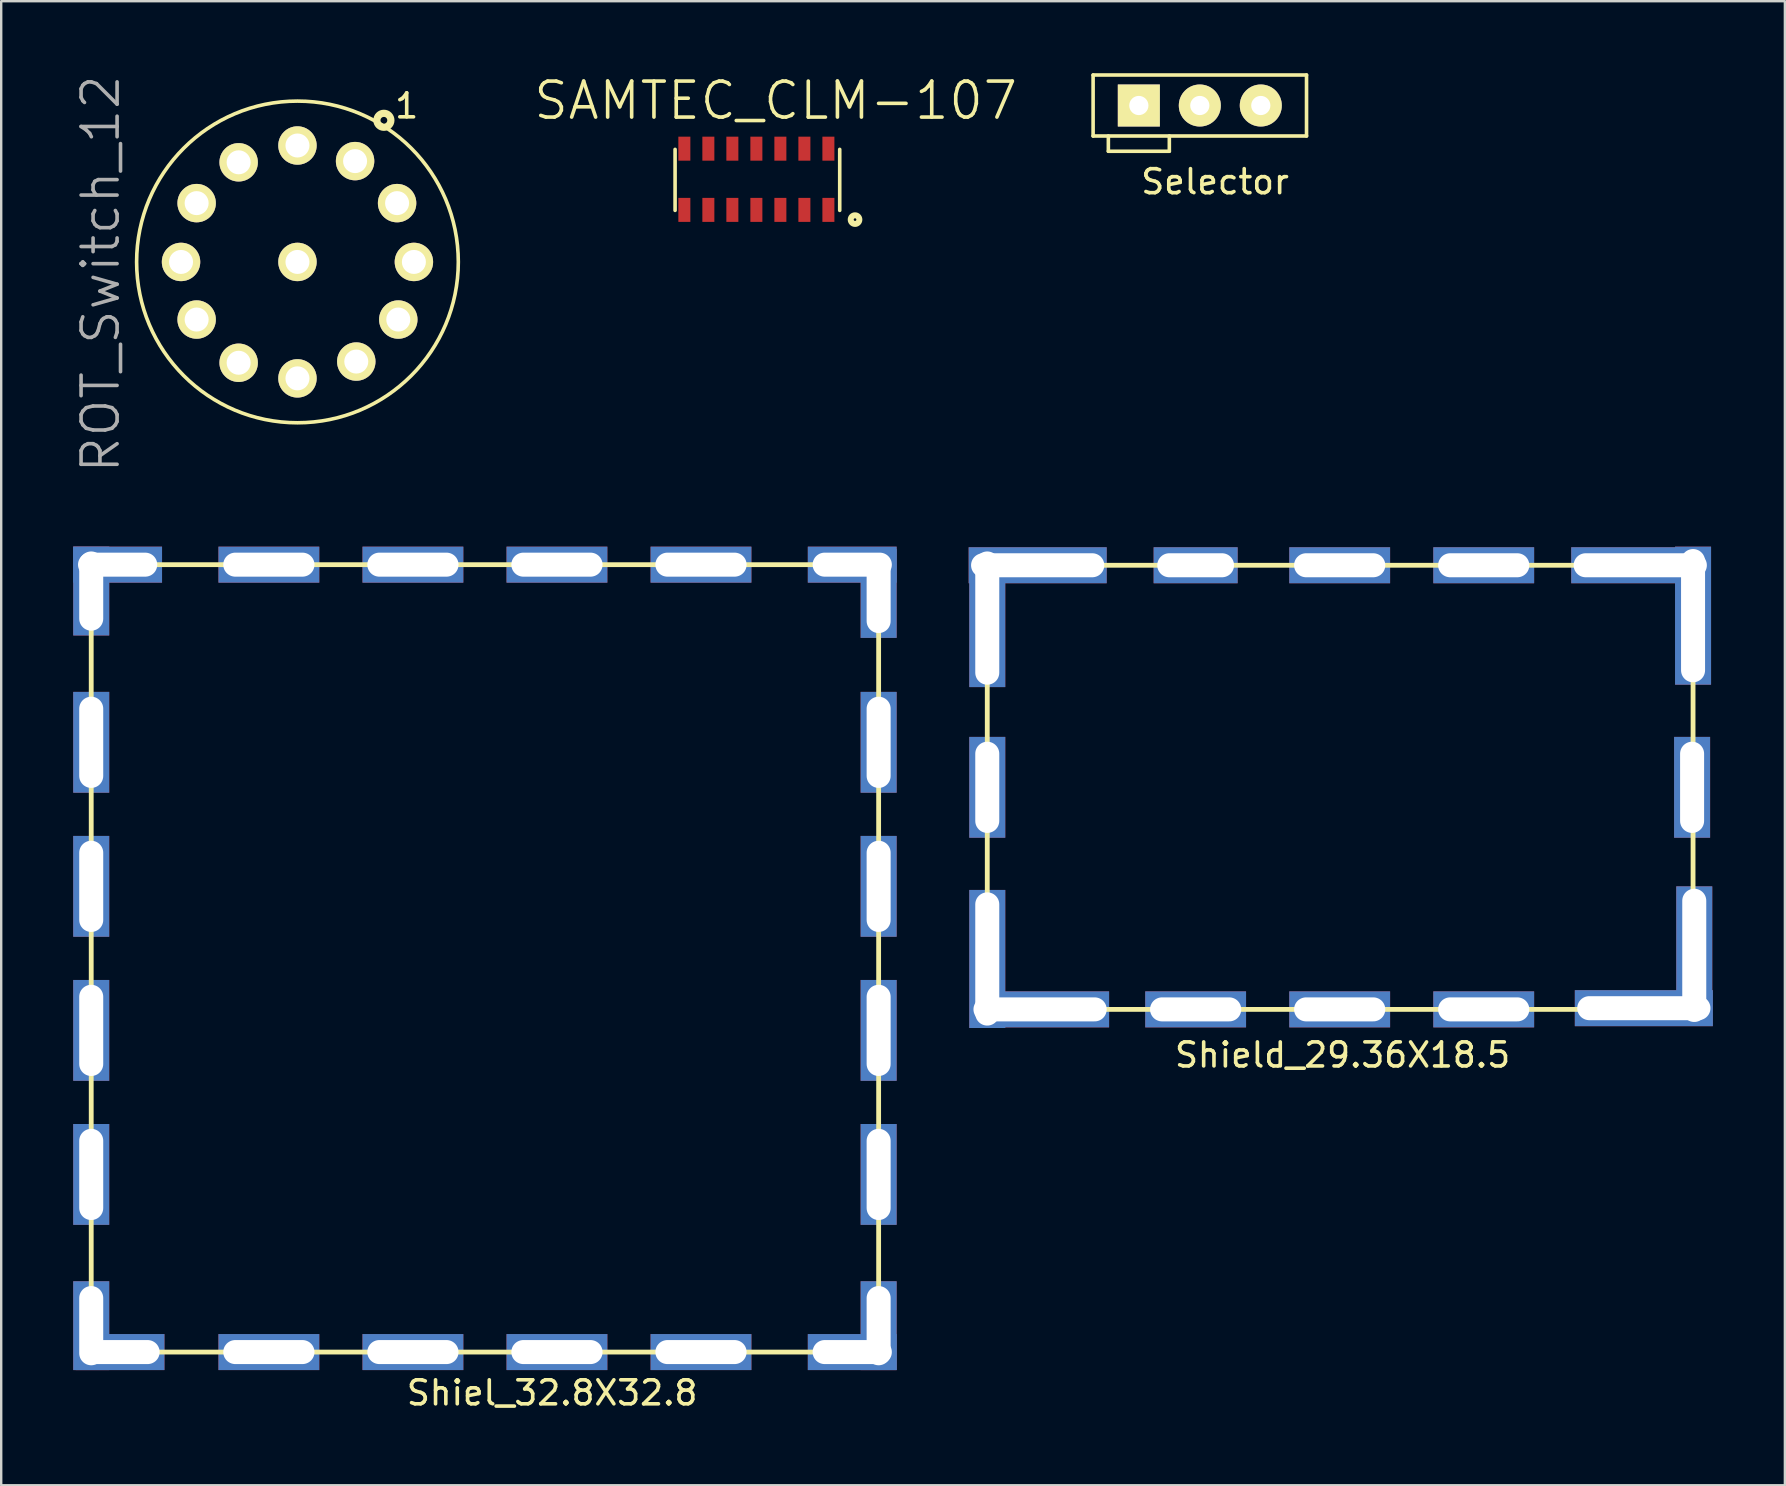
<source format=kicad_pcb>
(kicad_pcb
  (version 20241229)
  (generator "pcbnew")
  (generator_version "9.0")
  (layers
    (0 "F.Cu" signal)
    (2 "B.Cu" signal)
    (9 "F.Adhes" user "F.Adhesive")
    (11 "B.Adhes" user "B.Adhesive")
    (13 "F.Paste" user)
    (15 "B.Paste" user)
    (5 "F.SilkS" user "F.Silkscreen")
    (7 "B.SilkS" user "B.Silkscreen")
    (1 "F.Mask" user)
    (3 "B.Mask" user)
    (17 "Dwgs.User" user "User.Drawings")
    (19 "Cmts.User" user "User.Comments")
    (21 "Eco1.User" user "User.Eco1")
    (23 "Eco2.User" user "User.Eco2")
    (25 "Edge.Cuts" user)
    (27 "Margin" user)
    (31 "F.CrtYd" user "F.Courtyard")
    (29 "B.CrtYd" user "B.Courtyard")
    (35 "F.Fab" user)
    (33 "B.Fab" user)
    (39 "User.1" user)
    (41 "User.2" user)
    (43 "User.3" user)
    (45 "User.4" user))
  (footprint "Shiel_32.8X32.8"
    (layer "F.Cu")
    (at 17.15 37.071)
    (property "Reference" "Shiel_32.8X32.8" (at 2.8 17.9 0) (layer "F.SilkS") (effects (font (size 1 1) (thickness 0.15))))
    (attr through_hole)
    (fp_line (start -16.4 -16.6) (end -16.4 16.2) (stroke (width 0.2) (type solid)) (layer "F.SilkS"))
    (fp_line (start -16.4 -16.6) (end 16.4 -16.6) (stroke (width 0.2) (type solid)) (layer "F.SilkS"))
    (fp_line (start -16.4 16.2) (end 16.4 16.2) (stroke (width 0.2) (type solid)) (layer "F.SilkS"))
    (fp_line (start 16.4 16.2) (end 16.4 -16.6) (stroke (width 0.2) (type solid)) (layer "F.SilkS"))
    (pad "1" thru_hole rect (at -16.4 -15.5 90) (size 3.7 1.5) (drill oval 3.3 1) (layers "*.Cu" "*.Mask"))
    (pad "1" thru_hole rect (at -16.4 -9.2 90) (size 4.2 1.5) (drill oval 3.8 1) (layers "*.Cu" "*.Mask"))
    (pad "1" thru_hole rect (at -16.4 -3.2 90) (size 4.2 1.5) (drill oval 3.8 1) (layers "*.Cu" "*.Mask"))
    (pad "1" thru_hole rect (at -16.4 2.8 90) (size 4.2 1.5) (drill oval 3.8 1) (layers "*.Cu" "*.Mask"))
    (pad "1" thru_hole rect (at -16.4 8.8 90) (size 4.2 1.5) (drill oval 3.8 1) (layers "*.Cu" "*.Mask"))
    (pad "1" thru_hole rect (at -16.4 15.1 90) (size 3.7 1.5) (drill oval 3.3 1) (layers "*.Cu" "*.Mask"))
    (pad "1" thru_hole rect (at -15.3 -16.6) (size 3.7 1.5) (drill oval 3.3 1) (layers "*.Cu" "*.Mask"))
    (pad "1" thru_hole rect (at -15.2 16.2) (size 3.7 1.5) (drill oval 3.3 1) (layers "*.Cu" "*.Mask"))
    (pad "1" thru_hole rect (at -9 -16.6) (size 4.2 1.5) (drill oval 3.8 1) (layers "*.Cu" "*.Mask"))
    (pad "1" thru_hole rect (at -9 16.2) (size 4.2 1.5) (drill oval 3.8 1) (layers "*.Cu" "*.Mask"))
    (pad "1" thru_hole rect (at -3 -16.6) (size 4.2 1.5) (drill oval 3.8 1) (layers "*.Cu" "*.Mask"))
    (pad "1" thru_hole rect (at -3 16.2) (size 4.2 1.5) (drill oval 3.8 1) (layers "*.Cu" "*.Mask"))
    (pad "1" thru_hole rect (at 3 -16.6) (size 4.2 1.5) (drill oval 3.8 1) (layers "*.Cu" "*.Mask"))
    (pad "1" thru_hole rect (at 3 16.2) (size 4.2 1.5) (drill oval 3.8 1) (layers "*.Cu" "*.Mask"))
    (pad "1" thru_hole rect (at 9 -16.6) (size 4.2 1.5) (drill oval 3.8 1) (layers "*.Cu" "*.Mask"))
    (pad "1" thru_hole rect (at 9 16.2) (size 4.2 1.5) (drill oval 3.8 1) (layers "*.Cu" "*.Mask"))
    (pad "1" thru_hole rect (at 15.3 -16.6) (size 3.7 1.5) (drill oval 3.3 1) (layers "*.Cu" "*.Mask"))
    (pad "1" thru_hole rect (at 15.3 16.2) (size 3.7 1.5) (drill oval 3.3 1) (layers "*.Cu" "*.Mask"))
    (pad "1" thru_hole rect (at 16.4 -15.4 90) (size 3.7 1.5) (drill oval 3.3 1) (layers "*.Cu" "*.Mask"))
    (pad "1" thru_hole rect (at 16.4 -9.2 90) (size 4.2 1.5) (drill oval 3.8 1) (layers "*.Cu" "*.Mask"))
    (pad "1" thru_hole rect (at 16.4 -3.2 90) (size 4.2 1.5) (drill oval 3.8 1) (layers "*.Cu" "*.Mask"))
    (pad "1" thru_hole rect (at 16.4 2.8 90) (size 4.2 1.5) (drill oval 3.8 1) (layers "*.Cu" "*.Mask"))
    (pad "1" thru_hole rect (at 16.4 8.8 90) (size 4.2 1.5) (drill oval 3.8 1) (layers "*.Cu" "*.Mask"))
    (pad "1" thru_hole rect (at 16.4 15.1 90) (size 3.7 1.5) (drill oval 3.3 1) (layers "*.Cu" "*.Mask")))
  (footprint "Shield_29.36X18.5"
    (layer "F.Cu")
    (at 52.775 30.096)
    (property "Reference" "Shield_29.36X18.5" (at 0.1 10.8 0) (layer "F.SilkS") (effects (font (size 1 1) (thickness 0.15))))
    (attr through_hole)
    (fp_line (start -14.7 -9.6) (end -14.7 8.9) (stroke (width 0.2) (type solid)) (layer "F.SilkS"))
    (fp_line (start -14.7 8.9) (end 14.7 8.9) (stroke (width 0.2) (type solid)) (layer "F.SilkS"))
    (fp_line (start 14.7 -9.6) (end -14.7 -9.6) (stroke (width 0.2) (type solid)) (layer "F.SilkS"))
    (fp_line (start 14.7 8.9) (end 14.7 -9.6) (stroke (width 0.2) (type solid)) (layer "F.SilkS"))
    (pad "1" thru_hole rect (at -14.7 -7.4 90) (size 5.75 1.5) (drill oval 5.55 1) (layers "*.Cu" "*.Mask"))
    (pad "1" thru_hole rect (at -14.7 -0.35 90) (size 4.2 1.5) (drill oval 3.8 1) (layers "*.Cu" "*.Mask"))
    (pad "1" thru_hole rect (at -14.7 6.8 90) (size 5.75 1.5) (drill oval 5.55 1) (layers "*.Cu" "*.Mask"))
    (pad "1" thru_hole rect (at -12.6 -9.6) (size 5.75 1.5) (drill oval 5.55 1) (layers "*.Cu" "*.Mask"))
    (pad "1" thru_hole rect (at -12.5 8.9) (size 5.75 1.5) (drill oval 5.55 1) (layers "*.Cu" "*.Mask"))
    (pad "1" thru_hole rect (at -6.02 -9.6) (size 3.5 1.5) (drill oval 3.2 1) (layers "*.Cu" "*.Mask"))
    (pad "1" thru_hole rect (at -6.02 8.9) (size 4.2 1.5) (drill oval 3.8 1) (layers "*.Cu" "*.Mask"))
    (pad "1" thru_hole rect (at -0.02 -9.6) (size 4.2 1.5) (drill oval 3.8 1) (layers "*.Cu" "*.Mask"))
    (pad "1" thru_hole rect (at -0.02 8.9) (size 4.2 1.5) (drill oval 3.8 1) (layers "*.Cu" "*.Mask"))
    (pad "1" thru_hole rect (at 5.98 -9.6) (size 4.2 1.5) (drill oval 3.8 1) (layers "*.Cu" "*.Mask"))
    (pad "1" thru_hole rect (at 5.98 8.9) (size 4.2 1.5) (drill oval 3.8 1) (layers "*.Cu" "*.Mask"))
    (pad "1" thru_hole rect (at 12.5 -9.6) (size 5.75 1.5) (drill oval 5.55 1) (layers "*.Cu" "*.Mask"))
    (pad "1" thru_hole rect (at 12.65 8.85 180) (size 5.75 1.5) (drill oval 5.55 1) (layers "*.Cu" "*.Mask"))
    (pad "1" thru_hole rect (at 14.66 -0.35 90) (size 4.2 1.5) (drill oval 3.8 1) (layers "*.Cu" "*.Mask"))
    (pad "1" thru_hole rect (at 14.7 -7.5 270) (size 5.75 1.5) (drill oval 5.55 1) (layers "*.Cu" "*.Mask"))
    (pad "1" thru_hole rect (at 14.75 6.65 270) (size 5.75 1.5) (drill oval 5.55 1) (layers "*.Cu" "*.Mask")))
  (footprint "Selector"
    (layer "F.Cu")
    (at 46.929 1.345)
    (property "Reference" "Selector" (at 0.635 3.175 0) (layer "F.SilkS") (effects (font (size 1 1) (thickness 0.15))))
    (attr through_hole)
    (fp_line (start -4.445 -1.27) (end 4.445 -1.27) (stroke (width 0.15) (type solid)) (layer "F.SilkS"))
    (fp_line (start -4.445 1.27) (end -4.445 -1.27) (stroke (width 0.15) (type solid)) (layer "F.SilkS"))
    (fp_line (start -3.81 1.27) (end -3.81 1.905) (stroke (width 0.15) (type solid)) (layer "F.SilkS"))
    (fp_line (start -3.81 1.905) (end -1.27 1.905) (stroke (width 0.15) (type solid)) (layer "F.SilkS"))
    (fp_line (start -1.27 1.905) (end -1.27 1.27) (stroke (width 0.15) (type solid)) (layer "F.SilkS"))
    (fp_line (start 4.445 -1.27) (end 4.445 1.27) (stroke (width 0.15) (type solid)) (layer "F.SilkS"))
    (fp_line (start 4.445 1.27) (end -4.445 1.27) (stroke (width 0.15) (type solid)) (layer "F.SilkS"))
    (pad "1" thru_hole rect (at -2.54 0) (size 1.75 1.75) (drill 0.8) (layers "*.Cu" "*.Mask" "F.SilkS"))
    (pad "2" thru_hole circle (at 0 0) (size 1.75 1.75) (drill 0.8) (layers "*.Cu" "*.Mask" "F.SilkS"))
    (pad "3" thru_hole circle (at 2.54 0) (size 1.75 1.75) (drill 0.8) (layers "*.Cu" "*.Mask" "F.SilkS")))
  (footprint "ROT_Switch_12"
    (layer "F.Cu")
    (at 9.341 7.861)
    (property "Reference" "ROT_Switch_12" (at -8.2 0.5 90) (layer "F.Fab") (effects (font (size 1.5 1.5) (thickness 0.15))))
    (attr through_hole)
    (fp_circle (center 0 0) (end 0 6.7) (stroke (width 0.15) (type solid)) (fill no) (layer "F.SilkS"))
    (fp_circle (center 3.6 -5.9) (end 3.7 -5.8) (stroke (width 0.3) (type solid)) (fill no) (layer "F.SilkS"))
    (fp_text user "1" (at 4.55 -6.5 0) (layer "F.SilkS") (effects (font (size 1 1) (thickness 0.15))))
    (pad "1" thru_hole circle (at 2.4 -4.2) (size 1.6 1.6) (drill 1) (layers "*.Cu" "*.Mask" "F.SilkS"))
    (pad "2" thru_hole circle (at 4.15 -2.45) (size 1.6 1.6) (drill 1) (layers "*.Cu" "*.Mask" "F.SilkS"))
    (pad "3" thru_hole circle (at 4.85 0) (size 1.6 1.6) (drill 1) (layers "*.Cu" "*.Mask" "F.SilkS"))
    (pad "4" thru_hole circle (at 4.2 2.4) (size 1.6 1.6) (drill 1) (layers "*.Cu" "*.Mask" "F.SilkS"))
    (pad "5" thru_hole circle (at 2.45 4.15) (size 1.6 1.6) (drill 1) (layers "*.Cu" "*.Mask" "F.SilkS"))
    (pad "6" thru_hole circle (at 0 4.85) (size 1.6 1.6) (drill 1) (layers "*.Cu" "*.Mask" "F.SilkS"))
    (pad "7" thru_hole circle (at -2.45 4.2) (size 1.6 1.6) (drill 1) (layers "*.Cu" "*.Mask" "F.SilkS"))
    (pad "8" thru_hole circle (at -4.2 2.4) (size 1.6 1.6) (drill 1) (layers "*.Cu" "*.Mask" "F.SilkS"))
    (pad "9" thru_hole circle (at -4.85 0) (size 1.6 1.6) (drill 1) (layers "*.Cu" "*.Mask" "F.SilkS"))
    (pad "10" thru_hole circle (at -4.2 -2.45) (size 1.6 1.6) (drill 1) (layers "*.Cu" "*.Mask" "F.SilkS"))
    (pad "11" thru_hole circle (at -2.45 -4.15) (size 1.6 1.6) (drill 1) (layers "*.Cu" "*.Mask" "F.SilkS"))
    (pad "12" thru_hole circle (at 0 -4.85) (size 1.6 1.6) (drill 1) (layers "*.Cu" "*.Mask" "F.SilkS"))
    (pad "A" thru_hole circle (at 0 0) (size 1.6 1.6) (drill 1) (layers "*.Cu" "*.Mask" "F.SilkS")))
  (footprint "SAMTEC_CLM-107"
    (layer "F.Cu")
    (at 28.452 4.463)
    (property "Reference" "SAMTEC_CLM-107" (at 0.81 -3.322 0) (layer "F.SilkS") (effects (font (size 1.5 1.5) (thickness 0.15))))
    (attr through_hole)
    (fp_line (start -3.381 -1.29) (end -3.381 1.25) (stroke (width 0.15) (type solid)) (layer "F.SilkS"))
    (fp_line (start 3.477 -1.29) (end 3.477 1.25) (stroke (width 0.15) (type solid)) (layer "F.SilkS"))
    (fp_circle (center 4.115 1.635) (end 4.242 1.762) (stroke (width 0.25) (type solid)) (fill no) (layer "F.SilkS"))
    (pad "1" smd rect (at 3.005 1.23) (size 0.5 1) (layers "F.Cu" "F.Mask" "F.Paste"))
    (pad "2" smd rect (at 3.005 -1.32) (size 0.5 1) (layers "F.Cu" "F.Mask" "F.Paste"))
    (pad "3" smd rect (at 2.005 1.23) (size 0.5 1) (layers "F.Cu" "F.Mask" "F.Paste"))
    (pad "4" smd rect (at 2.005 -1.32) (size 0.5 1) (layers "F.Cu" "F.Mask" "F.Paste"))
    (pad "5" smd rect (at 1.005 1.23) (size 0.5 1) (layers "F.Cu" "F.Mask" "F.Paste"))
    (pad "6" smd rect (at 1.005 -1.32) (size 0.5 1) (layers "F.Cu" "F.Mask" "F.Paste"))
    (pad "7" smd rect (at 0.005 1.23) (size 0.5 1) (layers "F.Cu" "F.Mask" "F.Paste"))
    (pad "8" smd rect (at 0.005 -1.32) (size 0.5 1) (layers "F.Cu" "F.Mask" "F.Paste"))
    (pad "9" smd rect (at -0.995 1.23) (size 0.5 1) (layers "F.Cu" "F.Mask" "F.Paste"))
    (pad "10" smd rect (at -0.995 -1.32) (size 0.5 1) (layers "F.Cu" "F.Mask" "F.Paste"))
    (pad "11" smd rect (at -1.995 1.23) (size 0.5 1) (layers "F.Cu" "F.Mask" "F.Paste"))
    (pad "12" smd rect (at -1.995 -1.32) (size 0.5 1) (layers "F.Cu" "F.Mask" "F.Paste"))
    (pad "13" smd rect (at -2.995 1.23) (size 0.5 1) (layers "F.Cu" "F.Mask" "F.Paste"))
    (pad "14" smd rect (at -2.995 -1.32) (size 0.5 1) (layers "F.Cu" "F.Mask" "F.Paste")))
  (gr_rect
    (start -3 -3)
    (end 71.3 58.82)
    (stroke (width 0.1) (type default))
    (fill no)
    (layer "Edge.Cuts")))
</source>
